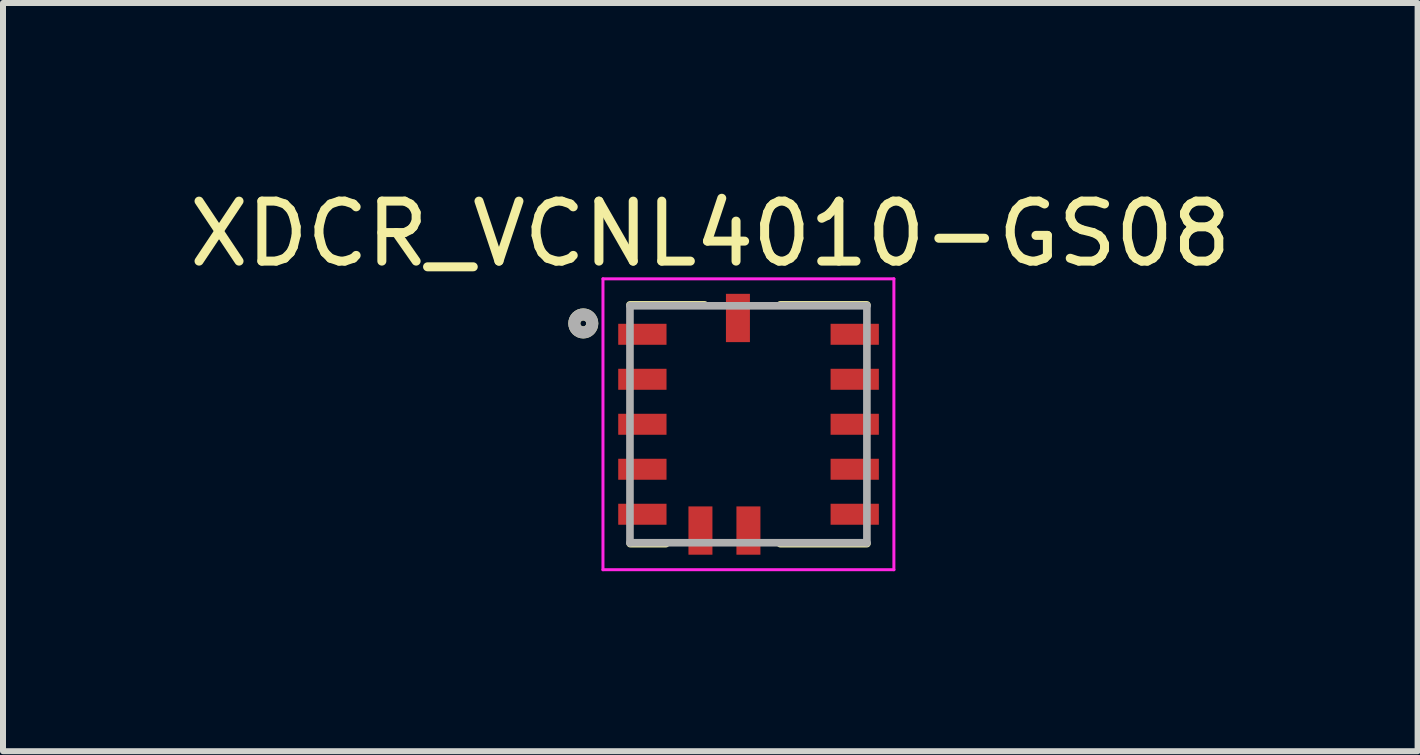
<source format=kicad_pcb>
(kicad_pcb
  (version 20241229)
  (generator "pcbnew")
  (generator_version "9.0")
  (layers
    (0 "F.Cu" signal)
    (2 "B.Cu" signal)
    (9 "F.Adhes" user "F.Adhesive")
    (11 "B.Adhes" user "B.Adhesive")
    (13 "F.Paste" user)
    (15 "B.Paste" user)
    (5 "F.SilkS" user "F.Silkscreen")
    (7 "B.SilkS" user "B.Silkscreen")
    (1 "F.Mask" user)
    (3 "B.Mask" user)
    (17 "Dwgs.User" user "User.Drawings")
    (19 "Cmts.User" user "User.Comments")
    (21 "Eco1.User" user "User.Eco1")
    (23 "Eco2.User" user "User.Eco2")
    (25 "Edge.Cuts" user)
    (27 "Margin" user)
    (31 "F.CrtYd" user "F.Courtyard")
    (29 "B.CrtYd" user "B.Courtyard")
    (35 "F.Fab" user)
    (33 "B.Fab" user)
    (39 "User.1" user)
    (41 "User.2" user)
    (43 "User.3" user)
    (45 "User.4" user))
  (footprint "XDCR_VCNL4010-GS08"
    (layer "F.Cu")
    (at 9.427 4.023)
    (property "Reference" "XDCR_VCNL4010-GS08" (at -0.635 -3.175 0) (layer "F.SilkS") (effects (font (size 1 1) (thickness 0.15))))
    (attr through_hole)
    (fp_line (start -1.975 -1.99) (end -0.73 -1.99) (stroke (width 0.127) (type solid)) (layer "F.SilkS"))
    (fp_line (start -1.375 1.99) (end -1.97 1.99) (stroke (width 0.127) (type solid)) (layer "F.SilkS"))
    (fp_line (start 0.53 1.99) (end 1.975 1.99) (stroke (width 0.127) (type solid)) (layer "F.SilkS"))
    (fp_line (start 1.975 -1.99) (end 0.53 -1.99) (stroke (width 0.127) (type solid)) (layer "F.SilkS"))
    (fp_circle (center -2.753 -1.681) (end -2.703 -1.681) (stroke (width 0.2) (type solid)) (fill no) (layer "F.SilkS"))
    (fp_line (start -2.425 -2.425) (end 2.425 -2.425) (stroke (width 0.05) (type solid)) (layer "F.CrtYd"))
    (fp_line (start -2.425 2.425) (end -2.425 -2.425) (stroke (width 0.05) (type solid)) (layer "F.CrtYd"))
    (fp_line (start 2.425 -2.425) (end 2.425 2.425) (stroke (width 0.05) (type solid)) (layer "F.CrtYd"))
    (fp_line (start 2.425 2.425) (end -2.425 2.425) (stroke (width 0.05) (type solid)) (layer "F.CrtYd"))
    (fp_line (start -1.975 -1.975) (end -1.975 1.975) (stroke (width 0.127) (type solid)) (layer "F.Fab"))
    (fp_line (start -1.975 -1.975) (end 1.975 -1.975) (stroke (width 0.127) (type solid)) (layer "F.Fab"))
    (fp_line (start 1.975 -1.975) (end 1.975 1.975) (stroke (width 0.127) (type solid)) (layer "F.Fab"))
    (fp_line (start 1.975 1.975) (end -1.975 1.975) (stroke (width 0.127) (type solid)) (layer "F.Fab"))
    (fp_circle (center -2.753 -1.681) (end -2.703 -1.681) (stroke (width 0.2) (type solid)) (fill no) (layer "F.Fab"))
    (pad "1" smd rect (at -1.768 -1.5) (size 0.805 0.35) (layers "F.Cu" "F.Mask" "F.Paste"))
    (pad "2" smd rect (at -1.768 -0.75) (size 0.805 0.35) (layers "F.Cu" "F.Mask" "F.Paste"))
    (pad "3" smd rect (at -1.768 0) (size 0.805 0.35) (layers "F.Cu" "F.Mask" "F.Paste"))
    (pad "4" smd rect (at -1.768 0.75) (size 0.805 0.35) (layers "F.Cu" "F.Mask" "F.Paste"))
    (pad "5" smd rect (at -1.768 1.5) (size 0.805 0.35) (layers "F.Cu" "F.Mask" "F.Paste"))
    (pad "6" smd rect (at -0.8 1.772) (size 0.4 0.805) (layers "F.Cu" "F.Mask" "F.Paste"))
    (pad "7" smd rect (at 1.772 1.5) (size 0.805 0.35) (layers "F.Cu" "F.Mask" "F.Paste"))
    (pad "8" smd rect (at 1.772 0.75) (size 0.805 0.35) (layers "F.Cu" "F.Mask" "F.Paste"))
    (pad "9" smd rect (at 1.772 0) (size 0.805 0.35) (layers "F.Cu" "F.Mask" "F.Paste"))
    (pad "10" smd rect (at 1.772 -0.75) (size 0.805 0.35) (layers "F.Cu" "F.Mask" "F.Paste"))
    (pad "11" smd rect (at 1.772 -1.5) (size 0.805 0.35) (layers "F.Cu" "F.Mask" "F.Paste"))
    (pad "12" smd rect (at -0.175 -1.772) (size 0.4 0.805) (layers "F.Cu" "F.Mask" "F.Paste"))
    (pad "13" smd rect (at 0 1.772) (size 0.4 0.805) (layers "F.Cu" "F.Mask" "F.Paste")))
  (gr_rect
    (start -3 -3)
    (end 20.583 9.473)
    (stroke (width 0.1) (type default))
    (fill no)
    (layer "Edge.Cuts")))
</source>
